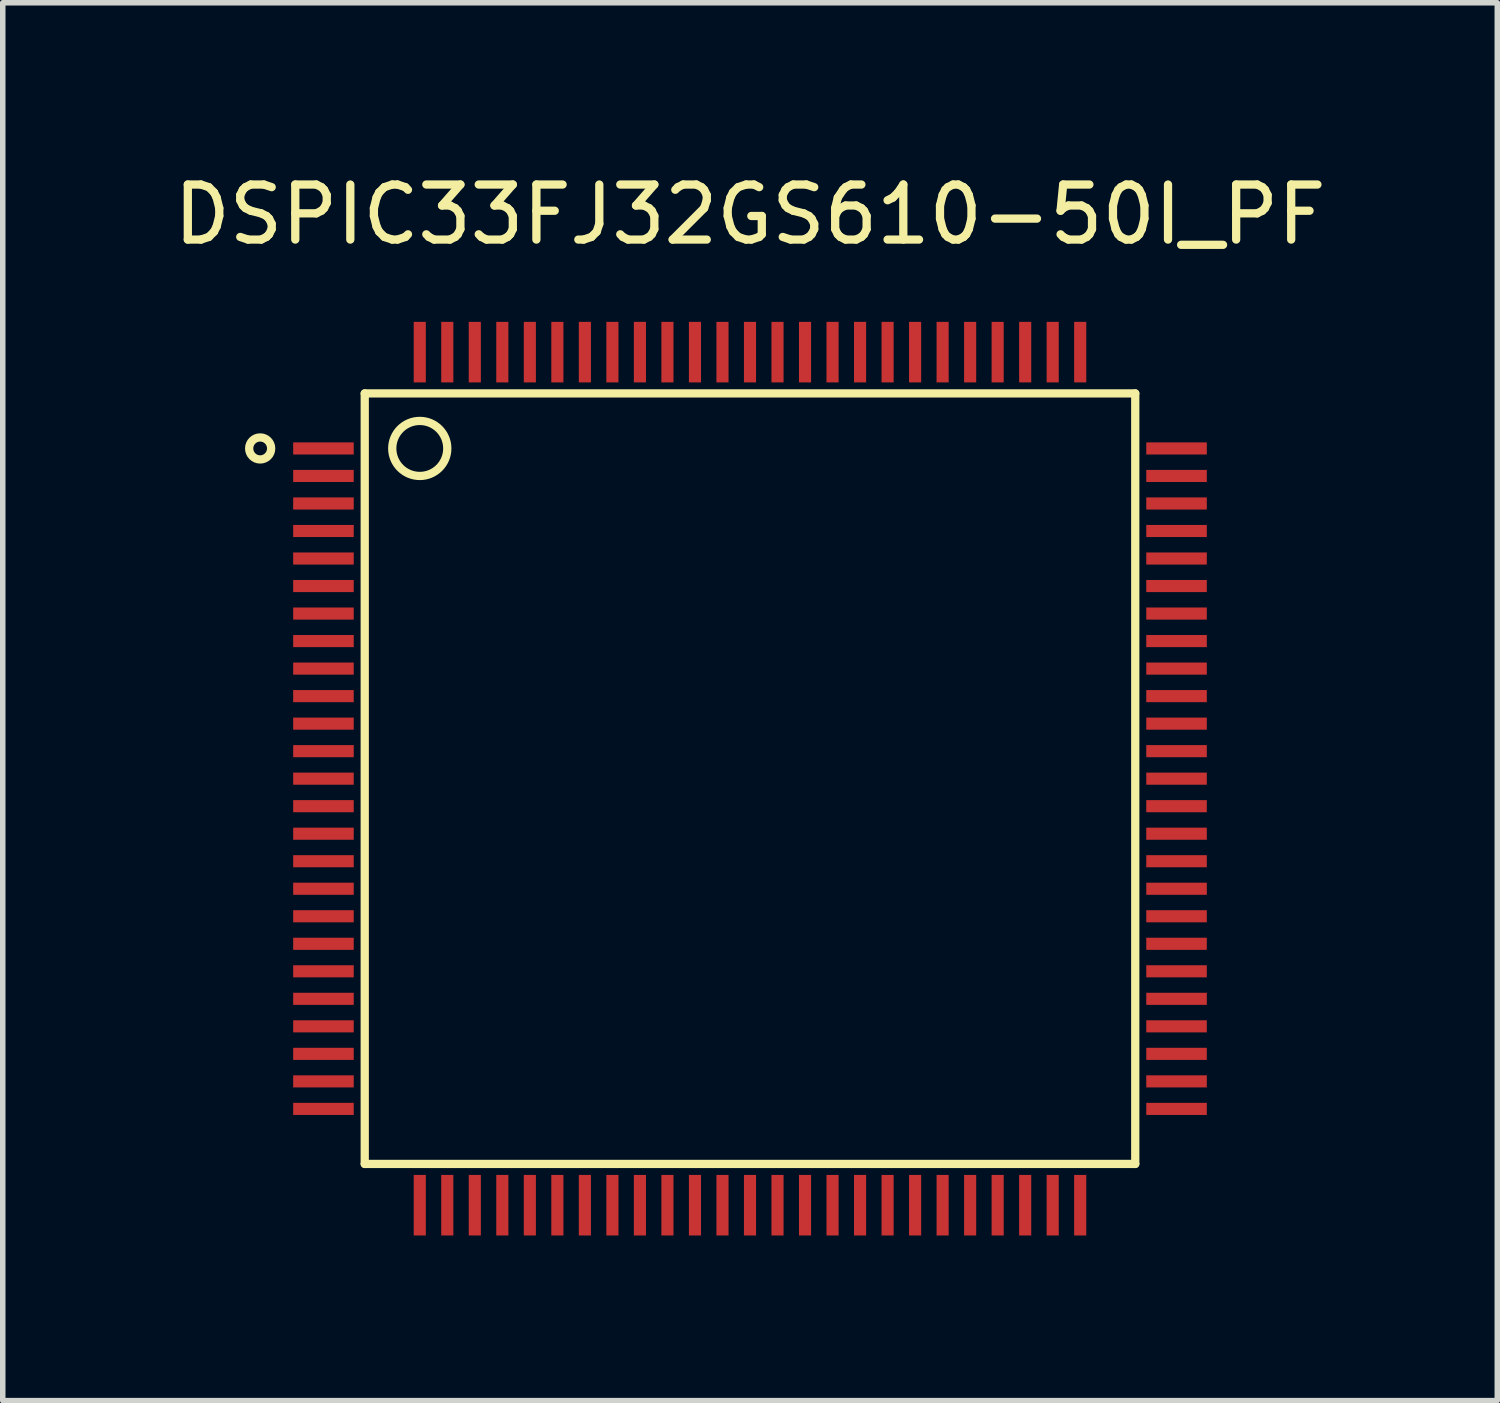
<source format=kicad_pcb>
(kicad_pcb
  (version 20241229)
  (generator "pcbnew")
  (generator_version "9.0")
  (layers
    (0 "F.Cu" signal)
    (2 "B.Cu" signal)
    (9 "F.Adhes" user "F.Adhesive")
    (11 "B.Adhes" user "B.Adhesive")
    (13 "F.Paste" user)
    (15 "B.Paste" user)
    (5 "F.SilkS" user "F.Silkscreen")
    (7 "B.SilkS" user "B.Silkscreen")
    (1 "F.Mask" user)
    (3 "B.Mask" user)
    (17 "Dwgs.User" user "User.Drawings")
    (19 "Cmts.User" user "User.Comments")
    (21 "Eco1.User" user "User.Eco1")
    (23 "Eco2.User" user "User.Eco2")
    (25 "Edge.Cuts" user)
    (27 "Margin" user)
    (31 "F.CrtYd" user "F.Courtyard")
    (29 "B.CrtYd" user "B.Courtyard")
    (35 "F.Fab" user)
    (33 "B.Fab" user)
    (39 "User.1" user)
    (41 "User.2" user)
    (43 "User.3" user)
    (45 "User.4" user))
  (footprint "DSPIC33FJ32GS610-50I_PF"
    (layer "F.Cu")
    (at 2.827 3.348)
    (property "Reference" "DSPIC33FJ32GS610-50I_PF" (at 7.75 -2.5 0) (layer "F.SilkS") (effects (font (size 1 1) (thickness 0.15))))
    (attr through_hole)
    (fp_line (start 0.75 0.75) (end 0.75 14.75) (stroke (width 0.15) (type solid)) (layer "F.SilkS"))
    (fp_line (start 0.75 0.75) (end 14.75 0.75) (stroke (width 0.15) (type solid)) (layer "F.SilkS"))
    (fp_line (start 0.75 14.75) (end 14.75 14.75) (stroke (width 0.15) (type solid)) (layer "F.SilkS"))
    (fp_line (start 14.75 14.75) (end 14.75 0.75) (stroke (width 0.15) (type solid)) (layer "F.SilkS"))
    (fp_circle (center -1.15 1.75) (end -1.15 1.55) (stroke (width 0.15) (type solid)) (fill no) (layer "F.SilkS"))
    (fp_circle (center 1.75 1.75) (end 1.75 1.25) (stroke (width 0.15) (type solid)) (fill no) (layer "F.SilkS"))
    (pad "1" smd rect (at 0 1.75) (size 1.1 0.22) (layers "F.Cu" "F.Mask" "F.Paste"))
    (pad "2" smd rect (at 0 2.25) (size 1.1 0.22) (layers "F.Cu" "F.Mask" "F.Paste"))
    (pad "3" smd rect (at 0 2.75) (size 1.1 0.22) (layers "F.Cu" "F.Mask" "F.Paste"))
    (pad "4" smd rect (at 0 3.25) (size 1.1 0.22) (layers "F.Cu" "F.Mask" "F.Paste"))
    (pad "5" smd rect (at 0 3.75) (size 1.1 0.22) (layers "F.Cu" "F.Mask" "F.Paste"))
    (pad "6" smd rect (at 0 4.25) (size 1.1 0.22) (layers "F.Cu" "F.Mask" "F.Paste"))
    (pad "7" smd rect (at 0 4.75) (size 1.1 0.22) (layers "F.Cu" "F.Mask" "F.Paste"))
    (pad "8" smd rect (at 0 5.25) (size 1.1 0.22) (layers "F.Cu" "F.Mask" "F.Paste"))
    (pad "9" smd rect (at 0 5.75) (size 1.1 0.22) (layers "F.Cu" "F.Mask" "F.Paste"))
    (pad "10" smd rect (at 0 6.25) (size 1.1 0.22) (layers "F.Cu" "F.Mask" "F.Paste"))
    (pad "11" smd rect (at 0 6.75) (size 1.1 0.22) (layers "F.Cu" "F.Mask" "F.Paste"))
    (pad "12" smd rect (at 0 7.25) (size 1.1 0.22) (layers "F.Cu" "F.Mask" "F.Paste"))
    (pad "13" smd rect (at 0 7.75) (size 1.1 0.22) (layers "F.Cu" "F.Mask" "F.Paste"))
    (pad "14" smd rect (at 0 8.25) (size 1.1 0.22) (layers "F.Cu" "F.Mask" "F.Paste"))
    (pad "15" smd rect (at 0 8.75) (size 1.1 0.22) (layers "F.Cu" "F.Mask" "F.Paste"))
    (pad "16" smd rect (at 0 9.25) (size 1.1 0.22) (layers "F.Cu" "F.Mask" "F.Paste"))
    (pad "17" smd rect (at 0 9.75) (size 1.1 0.22) (layers "F.Cu" "F.Mask" "F.Paste"))
    (pad "18" smd rect (at 0 10.25) (size 1.1 0.22) (layers "F.Cu" "F.Mask" "F.Paste"))
    (pad "19" smd rect (at 0 10.75) (size 1.1 0.22) (layers "F.Cu" "F.Mask" "F.Paste"))
    (pad "20" smd rect (at 0 11.25) (size 1.1 0.22) (layers "F.Cu" "F.Mask" "F.Paste"))
    (pad "21" smd rect (at 0 11.75) (size 1.1 0.22) (layers "F.Cu" "F.Mask" "F.Paste"))
    (pad "22" smd rect (at 0 12.25) (size 1.1 0.22) (layers "F.Cu" "F.Mask" "F.Paste"))
    (pad "23" smd rect (at 0 12.75) (size 1.1 0.22) (layers "F.Cu" "F.Mask" "F.Paste"))
    (pad "24" smd rect (at 0 13.25) (size 1.1 0.22) (layers "F.Cu" "F.Mask" "F.Paste"))
    (pad "25" smd rect (at 0 13.75) (size 1.1 0.22) (layers "F.Cu" "F.Mask" "F.Paste"))
    (pad "26" smd rect (at 1.75 15.5) (size 0.22 1.1) (layers "F.Cu" "F.Mask" "F.Paste"))
    (pad "27" smd rect (at 2.25 15.5) (size 0.22 1.1) (layers "F.Cu" "F.Mask" "F.Paste"))
    (pad "28" smd rect (at 2.75 15.5) (size 0.22 1.1) (layers "F.Cu" "F.Mask" "F.Paste"))
    (pad "29" smd rect (at 3.25 15.5) (size 0.22 1.1) (layers "F.Cu" "F.Mask" "F.Paste"))
    (pad "30" smd rect (at 3.75 15.5) (size 0.22 1.1) (layers "F.Cu" "F.Mask" "F.Paste"))
    (pad "31" smd rect (at 4.25 15.5) (size 0.22 1.1) (layers "F.Cu" "F.Mask" "F.Paste"))
    (pad "32" smd rect (at 4.75 15.5) (size 0.22 1.1) (layers "F.Cu" "F.Mask" "F.Paste"))
    (pad "33" smd rect (at 5.25 15.5) (size 0.22 1.1) (layers "F.Cu" "F.Mask" "F.Paste"))
    (pad "34" smd rect (at 5.75 15.5) (size 0.22 1.1) (layers "F.Cu" "F.Mask" "F.Paste"))
    (pad "35" smd rect (at 6.25 15.5) (size 0.22 1.1) (layers "F.Cu" "F.Mask" "F.Paste"))
    (pad "36" smd rect (at 6.75 15.5) (size 0.22 1.1) (layers "F.Cu" "F.Mask" "F.Paste"))
    (pad "37" smd rect (at 7.25 15.5) (size 0.22 1.1) (layers "F.Cu" "F.Mask" "F.Paste"))
    (pad "38" smd rect (at 7.75 15.5) (size 0.22 1.1) (layers "F.Cu" "F.Mask" "F.Paste"))
    (pad "39" smd rect (at 8.25 15.5) (size 0.22 1.1) (layers "F.Cu" "F.Mask" "F.Paste"))
    (pad "40" smd rect (at 8.75 15.5) (size 0.22 1.1) (layers "F.Cu" "F.Mask" "F.Paste"))
    (pad "41" smd rect (at 9.25 15.5) (size 0.22 1.1) (layers "F.Cu" "F.Mask" "F.Paste"))
    (pad "42" smd rect (at 9.75 15.5) (size 0.22 1.1) (layers "F.Cu" "F.Mask" "F.Paste"))
    (pad "43" smd rect (at 10.25 15.5) (size 0.22 1.1) (layers "F.Cu" "F.Mask" "F.Paste"))
    (pad "44" smd rect (at 10.75 15.5) (size 0.22 1.1) (layers "F.Cu" "F.Mask" "F.Paste"))
    (pad "45" smd rect (at 11.25 15.5) (size 0.22 1.1) (layers "F.Cu" "F.Mask" "F.Paste"))
    (pad "46" smd rect (at 11.75 15.5) (size 0.22 1.1) (layers "F.Cu" "F.Mask" "F.Paste"))
    (pad "47" smd rect (at 12.25 15.5) (size 0.22 1.1) (layers "F.Cu" "F.Mask" "F.Paste"))
    (pad "48" smd rect (at 12.75 15.5) (size 0.22 1.1) (layers "F.Cu" "F.Mask" "F.Paste"))
    (pad "49" smd rect (at 13.25 15.5) (size 0.22 1.1) (layers "F.Cu" "F.Mask" "F.Paste"))
    (pad "50" smd rect (at 13.75 15.5) (size 0.22 1.1) (layers "F.Cu" "F.Mask" "F.Paste"))
    (pad "51" smd rect (at 15.5 13.75) (size 1.1 0.22) (layers "F.Cu" "F.Mask" "F.Paste"))
    (pad "52" smd rect (at 15.5 13.25) (size 1.1 0.22) (layers "F.Cu" "F.Mask" "F.Paste"))
    (pad "53" smd rect (at 15.5 12.75) (size 1.1 0.22) (layers "F.Cu" "F.Mask" "F.Paste"))
    (pad "54" smd rect (at 15.5 12.25) (size 1.1 0.22) (layers "F.Cu" "F.Mask" "F.Paste"))
    (pad "55" smd rect (at 15.5 11.75) (size 1.1 0.22) (layers "F.Cu" "F.Mask" "F.Paste"))
    (pad "56" smd rect (at 15.5 11.25) (size 1.1 0.22) (layers "F.Cu" "F.Mask" "F.Paste"))
    (pad "57" smd rect (at 15.5 10.75) (size 1.1 0.22) (layers "F.Cu" "F.Mask" "F.Paste"))
    (pad "58" smd rect (at 15.5 10.25) (size 1.1 0.22) (layers "F.Cu" "F.Mask" "F.Paste"))
    (pad "59" smd rect (at 15.5 9.75) (size 1.1 0.22) (layers "F.Cu" "F.Mask" "F.Paste"))
    (pad "60" smd rect (at 15.5 9.25) (size 1.1 0.22) (layers "F.Cu" "F.Mask" "F.Paste"))
    (pad "61" smd rect (at 15.5 8.75) (size 1.1 0.22) (layers "F.Cu" "F.Mask" "F.Paste"))
    (pad "62" smd rect (at 15.5 8.25) (size 1.1 0.22) (layers "F.Cu" "F.Mask" "F.Paste"))
    (pad "63" smd rect (at 15.5 7.75) (size 1.1 0.22) (layers "F.Cu" "F.Mask" "F.Paste"))
    (pad "64" smd rect (at 15.5 7.25) (size 1.1 0.22) (layers "F.Cu" "F.Mask" "F.Paste"))
    (pad "65" smd rect (at 15.5 6.75) (size 1.1 0.22) (layers "F.Cu" "F.Mask" "F.Paste"))
    (pad "66" smd rect (at 15.5 6.25) (size 1.1 0.22) (layers "F.Cu" "F.Mask" "F.Paste"))
    (pad "67" smd rect (at 15.5 5.75) (size 1.1 0.22) (layers "F.Cu" "F.Mask" "F.Paste"))
    (pad "68" smd rect (at 15.5 5.25) (size 1.1 0.22) (layers "F.Cu" "F.Mask" "F.Paste"))
    (pad "69" smd rect (at 15.5 4.75) (size 1.1 0.22) (layers "F.Cu" "F.Mask" "F.Paste"))
    (pad "70" smd rect (at 15.5 4.25) (size 1.1 0.22) (layers "F.Cu" "F.Mask" "F.Paste"))
    (pad "71" smd rect (at 15.5 3.75) (size 1.1 0.22) (layers "F.Cu" "F.Mask" "F.Paste"))
    (pad "72" smd rect (at 15.5 3.25) (size 1.1 0.22) (layers "F.Cu" "F.Mask" "F.Paste"))
    (pad "73" smd rect (at 15.5 2.75) (size 1.1 0.22) (layers "F.Cu" "F.Mask" "F.Paste"))
    (pad "74" smd rect (at 15.5 2.25) (size 1.1 0.22) (layers "F.Cu" "F.Mask" "F.Paste"))
    (pad "75" smd rect (at 15.5 1.75) (size 1.1 0.22) (layers "F.Cu" "F.Mask" "F.Paste"))
    (pad "76" smd rect (at 13.75 0) (size 0.22 1.1) (layers "F.Cu" "F.Mask" "F.Paste"))
    (pad "77" smd rect (at 13.25 0) (size 0.22 1.1) (layers "F.Cu" "F.Mask" "F.Paste"))
    (pad "78" smd rect (at 12.75 0) (size 0.22 1.1) (layers "F.Cu" "F.Mask" "F.Paste"))
    (pad "79" smd rect (at 12.25 0) (size 0.22 1.1) (layers "F.Cu" "F.Mask" "F.Paste"))
    (pad "80" smd rect (at 11.75 0) (size 0.22 1.1) (layers "F.Cu" "F.Mask" "F.Paste"))
    (pad "81" smd rect (at 11.25 0) (size 0.22 1.1) (layers "F.Cu" "F.Mask" "F.Paste"))
    (pad "82" smd rect (at 10.75 0) (size 0.22 1.1) (layers "F.Cu" "F.Mask" "F.Paste"))
    (pad "83" smd rect (at 10.25 0) (size 0.22 1.1) (layers "F.Cu" "F.Mask" "F.Paste"))
    (pad "84" smd rect (at 9.75 0) (size 0.22 1.1) (layers "F.Cu" "F.Mask" "F.Paste"))
    (pad "85" smd rect (at 9.25 0) (size 0.22 1.1) (layers "F.Cu" "F.Mask" "F.Paste"))
    (pad "86" smd rect (at 8.75 0) (size 0.22 1.1) (layers "F.Cu" "F.Mask" "F.Paste"))
    (pad "87" smd rect (at 8.25 0) (size 0.22 1.1) (layers "F.Cu" "F.Mask" "F.Paste"))
    (pad "88" smd rect (at 7.75 0) (size 0.22 1.1) (layers "F.Cu" "F.Mask" "F.Paste"))
    (pad "89" smd rect (at 7.25 0) (size 0.22 1.1) (layers "F.Cu" "F.Mask" "F.Paste"))
    (pad "90" smd rect (at 6.75 0) (size 0.22 1.1) (layers "F.Cu" "F.Mask" "F.Paste"))
    (pad "91" smd rect (at 6.25 0) (size 0.22 1.1) (layers "F.Cu" "F.Mask" "F.Paste"))
    (pad "92" smd rect (at 5.75 0) (size 0.22 1.1) (layers "F.Cu" "F.Mask" "F.Paste"))
    (pad "93" smd rect (at 5.25 0) (size 0.22 1.1) (layers "F.Cu" "F.Mask" "F.Paste"))
    (pad "94" smd rect (at 4.75 0) (size 0.22 1.1) (layers "F.Cu" "F.Mask" "F.Paste"))
    (pad "95" smd rect (at 4.25 0) (size 0.22 1.1) (layers "F.Cu" "F.Mask" "F.Paste"))
    (pad "96" smd rect (at 3.75 0) (size 0.22 1.1) (layers "F.Cu" "F.Mask" "F.Paste"))
    (pad "97" smd rect (at 3.25 0) (size 0.22 1.1) (layers "F.Cu" "F.Mask" "F.Paste"))
    (pad "98" smd rect (at 2.75 0) (size 0.22 1.1) (layers "F.Cu" "F.Mask" "F.Paste"))
    (pad "99" smd rect (at 2.25 0) (size 0.22 1.1) (layers "F.Cu" "F.Mask" "F.Paste"))
    (pad "100" smd rect (at 1.75 0) (size 0.22 1.1) (layers "F.Cu" "F.Mask" "F.Paste")))
  (gr_rect
    (start -3 -3)
    (end 24.155 22.398)
    (stroke (width 0.1) (type default))
    (fill no)
    (layer "Edge.Cuts")))
</source>
